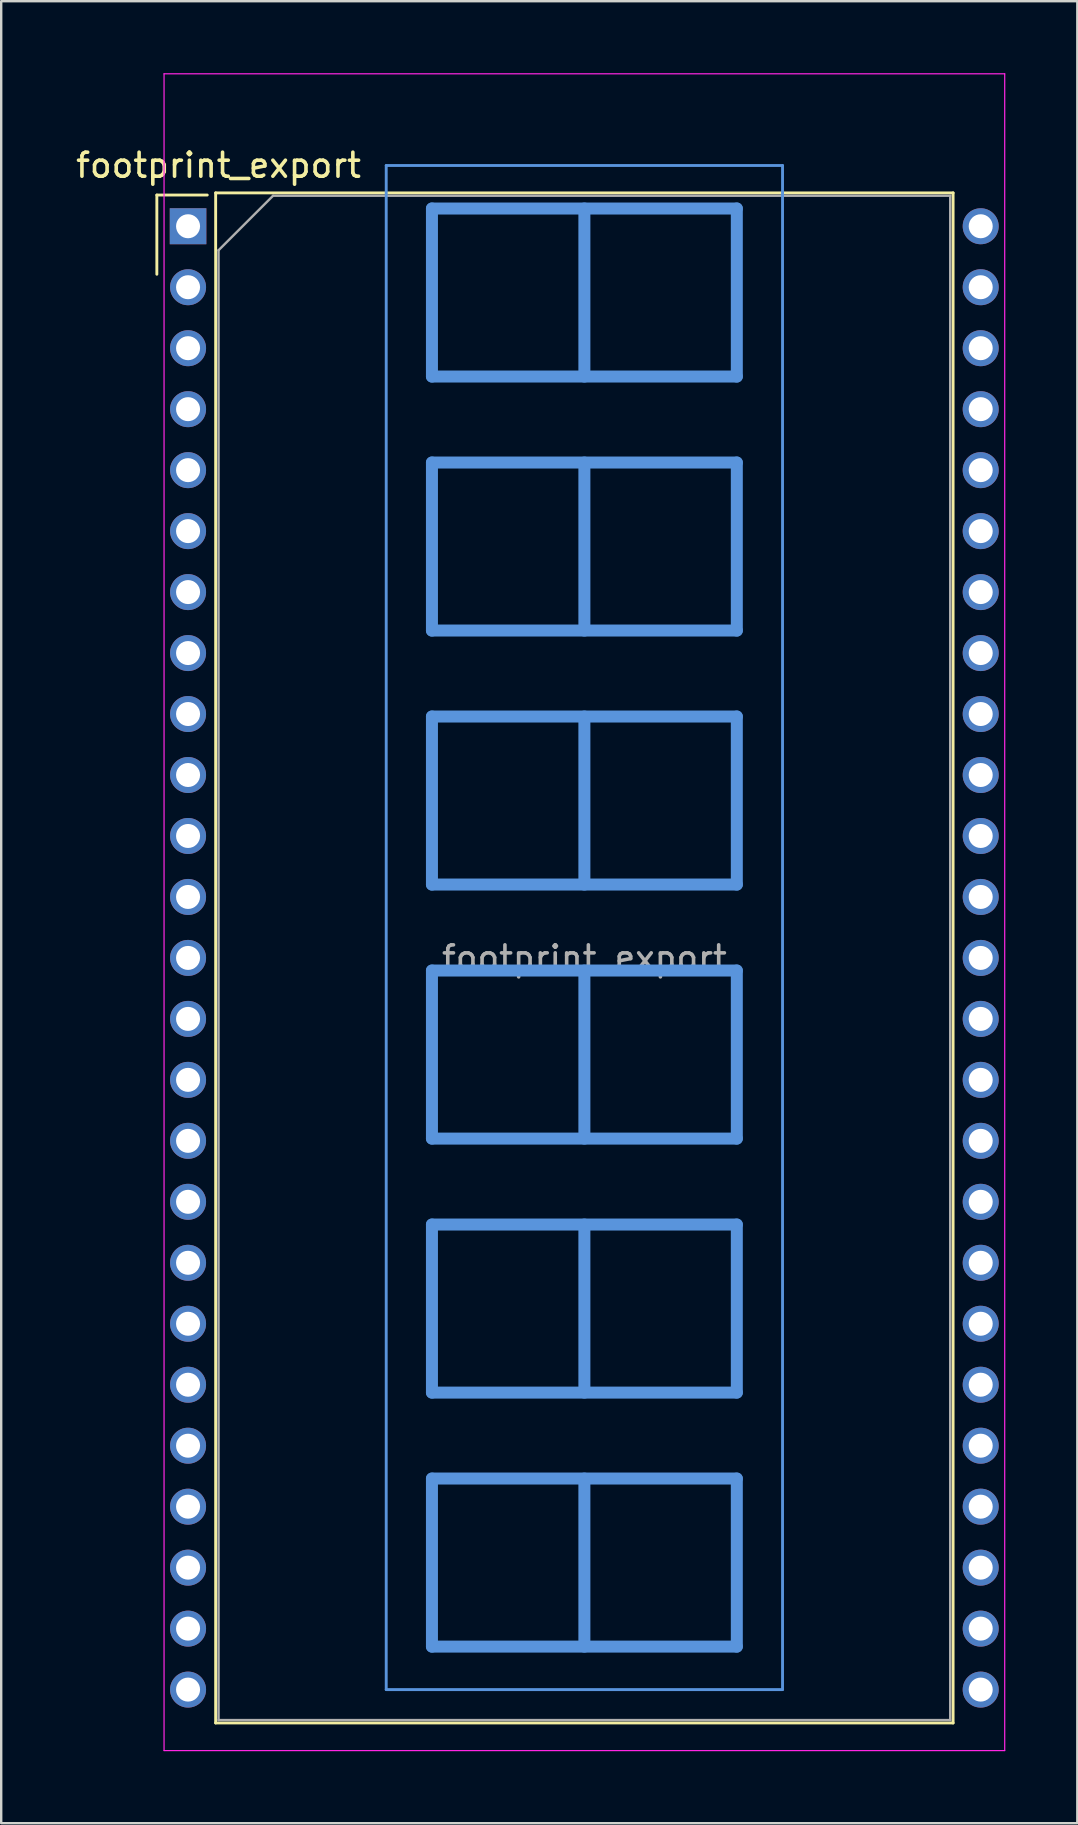
<source format=kicad_pcb>
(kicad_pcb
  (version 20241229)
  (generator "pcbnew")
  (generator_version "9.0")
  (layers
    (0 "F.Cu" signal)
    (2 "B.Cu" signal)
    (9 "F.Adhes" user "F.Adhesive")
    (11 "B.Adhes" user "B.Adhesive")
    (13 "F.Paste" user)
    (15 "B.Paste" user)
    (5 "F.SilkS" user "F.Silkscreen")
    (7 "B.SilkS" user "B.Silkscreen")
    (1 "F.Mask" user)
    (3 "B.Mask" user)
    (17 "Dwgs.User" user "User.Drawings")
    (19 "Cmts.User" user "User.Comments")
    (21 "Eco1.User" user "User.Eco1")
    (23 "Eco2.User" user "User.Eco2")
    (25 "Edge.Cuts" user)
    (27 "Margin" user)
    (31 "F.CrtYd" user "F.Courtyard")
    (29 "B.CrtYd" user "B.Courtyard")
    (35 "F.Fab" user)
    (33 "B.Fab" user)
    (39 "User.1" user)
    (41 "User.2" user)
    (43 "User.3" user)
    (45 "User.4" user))
  (footprint "footprint_export"
    (layer "F.Cu")
    (at 4.784 6.375)
    (property "Reference" "footprint_export" (at 1.27 -2.54 0) (layer "F.SilkS") (effects (font (size 1 1) (thickness 0.15))))
    (attr through_hole)
    (fp_line (start -1.3 -1.3) (end -1.3 2) (stroke (width 0.12) (type solid)) (layer "F.SilkS"))
    (fp_line (start -1.3 -1.3) (end 0.8 -1.3) (stroke (width 0.12) (type solid)) (layer "F.SilkS"))
    (fp_line (start 1.15 -1.39) (end 1.15 62.35) (stroke (width 0.12) (type solid)) (layer "F.SilkS"))
    (fp_line (start 1.15 62.35) (end 31.87 62.35) (stroke (width 0.12) (type solid)) (layer "F.SilkS"))
    (fp_line (start 31.87 -1.39) (end 1.15 -1.39) (stroke (width 0.12) (type solid)) (layer "F.SilkS"))
    (fp_line (start 31.87 62.35) (end 31.87 -1.39) (stroke (width 0.12) (type solid)) (layer "F.SilkS"))
    (fp_line (start 8.255 -2.53) (end 8.255 60.96) (stroke (width 0.12) (type solid)) (layer "Cmts.User"))
    (fp_line (start 8.255 -2.53) (end 24.765 -2.53) (stroke (width 0.12) (type solid)) (layer "Cmts.User"))
    (fp_line (start 8.255 60.96) (end 24.765 60.96) (stroke (width 0.12) (type solid)) (layer "Cmts.User"))
    (fp_line (start 10.16 -0.739) (end 22.86 -0.739) (stroke (width 0.5) (type solid)) (layer "Cmts.User"))
    (fp_line (start 10.16 6.261) (end 10.16 -0.739) (stroke (width 0.5) (type solid)) (layer "Cmts.User"))
    (fp_line (start 10.16 9.843) (end 22.86 9.843) (stroke (width 0.5) (type solid)) (layer "Cmts.User"))
    (fp_line (start 10.16 16.843) (end 10.16 9.843) (stroke (width 0.5) (type solid)) (layer "Cmts.User"))
    (fp_line (start 10.16 20.424) (end 22.86 20.424) (stroke (width 0.5) (type solid)) (layer "Cmts.User"))
    (fp_line (start 10.16 27.424) (end 10.16 20.424) (stroke (width 0.5) (type solid)) (layer "Cmts.User"))
    (fp_line (start 10.16 31.006) (end 22.86 31.006) (stroke (width 0.5) (type solid)) (layer "Cmts.User"))
    (fp_line (start 10.16 38.006) (end 10.16 31.006) (stroke (width 0.5) (type solid)) (layer "Cmts.User"))
    (fp_line (start 10.16 41.587) (end 22.86 41.587) (stroke (width 0.5) (type solid)) (layer "Cmts.User"))
    (fp_line (start 10.16 48.587) (end 10.16 41.587) (stroke (width 0.5) (type solid)) (layer "Cmts.User"))
    (fp_line (start 10.16 52.169) (end 22.86 52.169) (stroke (width 0.5) (type solid)) (layer "Cmts.User"))
    (fp_line (start 10.16 59.169) (end 10.16 52.169) (stroke (width 0.5) (type solid)) (layer "Cmts.User"))
    (fp_line (start 16.51 -0.739) (end 16.51 6.261) (stroke (width 0.5) (type solid)) (layer "Cmts.User"))
    (fp_line (start 16.51 9.843) (end 16.51 16.843) (stroke (width 0.5) (type solid)) (layer "Cmts.User"))
    (fp_line (start 16.51 20.424) (end 16.51 27.424) (stroke (width 0.5) (type solid)) (layer "Cmts.User"))
    (fp_line (start 16.51 31.006) (end 16.51 38.006) (stroke (width 0.5) (type solid)) (layer "Cmts.User"))
    (fp_line (start 16.51 41.587) (end 16.51 48.587) (stroke (width 0.5) (type solid)) (layer "Cmts.User"))
    (fp_line (start 16.51 52.169) (end 16.51 59.169) (stroke (width 0.5) (type solid)) (layer "Cmts.User"))
    (fp_line (start 22.86 -0.739) (end 22.86 6.261) (stroke (width 0.5) (type solid)) (layer "Cmts.User"))
    (fp_line (start 22.86 6.261) (end 10.16 6.261) (stroke (width 0.5) (type solid)) (layer "Cmts.User"))
    (fp_line (start 22.86 9.843) (end 22.86 16.843) (stroke (width 0.5) (type solid)) (layer "Cmts.User"))
    (fp_line (start 22.86 16.843) (end 10.16 16.843) (stroke (width 0.5) (type solid)) (layer "Cmts.User"))
    (fp_line (start 22.86 20.424) (end 22.86 27.424) (stroke (width 0.5) (type solid)) (layer "Cmts.User"))
    (fp_line (start 22.86 27.424) (end 10.16 27.424) (stroke (width 0.5) (type solid)) (layer "Cmts.User"))
    (fp_line (start 22.86 31.006) (end 22.86 38.006) (stroke (width 0.5) (type solid)) (layer "Cmts.User"))
    (fp_line (start 22.86 38.006) (end 10.16 38.006) (stroke (width 0.5) (type solid)) (layer "Cmts.User"))
    (fp_line (start 22.86 41.587) (end 22.86 48.587) (stroke (width 0.5) (type solid)) (layer "Cmts.User"))
    (fp_line (start 22.86 48.587) (end 10.16 48.587) (stroke (width 0.5) (type solid)) (layer "Cmts.User"))
    (fp_line (start 22.86 52.169) (end 22.86 59.169) (stroke (width 0.5) (type solid)) (layer "Cmts.User"))
    (fp_line (start 22.86 59.169) (end 10.16 59.169) (stroke (width 0.5) (type solid)) (layer "Cmts.User"))
    (fp_line (start 24.765 60.96) (end 24.765 -2.53) (stroke (width 0.12) (type solid)) (layer "Cmts.User"))
    (fp_line (start -1 -6.35) (end 34.02 -6.35) (stroke (width 0.05) (type solid)) (layer "F.CrtYd"))
    (fp_line (start -1 63.5) (end -1 -6.35) (stroke (width 0.05) (type solid)) (layer "F.CrtYd"))
    (fp_line (start 34.02 -6.35) (end 34.02 63.5) (stroke (width 0.05) (type solid)) (layer "F.CrtYd"))
    (fp_line (start 34.02 63.5) (end -1 63.5) (stroke (width 0.05) (type solid)) (layer "F.CrtYd"))
    (fp_line (start 1.27 1) (end 3.54 -1.27) (stroke (width 0.1) (type solid)) (layer "F.Fab"))
    (fp_line (start 1.27 62.23) (end 1.27 1) (stroke (width 0.1) (type solid)) (layer "F.Fab"))
    (fp_line (start 3.54 -1.27) (end 31.75 -1.27) (stroke (width 0.1) (type solid)) (layer "F.Fab"))
    (fp_line (start 31.75 -1.27) (end 31.75 62.23) (stroke (width 0.1) (type solid)) (layer "F.Fab"))
    (fp_line (start 31.75 62.23) (end 1.27 62.23) (stroke (width 0.1) (type solid)) (layer "F.Fab"))
    (fp_text user "${REFERENCE}" (at 16.51 30.48 0) (layer "F.Fab") (effects (font (size 1 1) (thickness 0.15))))
    (pad "1" thru_hole rect (at 0 0 270) (size 1.5 1.524) (drill 1) (layers "*.Cu" "*.Mask"))
    (pad "2" thru_hole circle (at 0 2.54 270) (size 1.5 1.5) (drill 1) (layers "*.Cu" "*.Mask"))
    (pad "3" thru_hole circle (at 0 5.08 270) (size 1.5 1.5) (drill 1) (layers "*.Cu" "*.Mask"))
    (pad "4" thru_hole circle (at 0 7.62 270) (size 1.5 1.5) (drill 1) (layers "*.Cu" "*.Mask"))
    (pad "5" thru_hole circle (at 0 10.16 270) (size 1.5 1.5) (drill 1) (layers "*.Cu" "*.Mask"))
    (pad "6" thru_hole circle (at 0 12.7 270) (size 1.5 1.5) (drill 1) (layers "*.Cu" "*.Mask"))
    (pad "7" thru_hole circle (at 0 15.24 270) (size 1.5 1.5) (drill 1) (layers "*.Cu" "*.Mask"))
    (pad "8" thru_hole circle (at 0 17.78 270) (size 1.5 1.5) (drill 1) (layers "*.Cu" "*.Mask"))
    (pad "9" thru_hole circle (at 0 20.32 270) (size 1.5 1.5) (drill 1) (layers "*.Cu" "*.Mask"))
    (pad "10" thru_hole circle (at 0 22.86 270) (size 1.5 1.5) (drill 1) (layers "*.Cu" "*.Mask"))
    (pad "11" thru_hole circle (at 0 25.4 270) (size 1.5 1.5) (drill 1) (layers "*.Cu" "*.Mask"))
    (pad "12" thru_hole circle (at 0 27.94 270) (size 1.5 1.5) (drill 1) (layers "*.Cu" "*.Mask"))
    (pad "13" thru_hole circle (at 0 30.48 270) (size 1.5 1.5) (drill 1) (layers "*.Cu" "*.Mask"))
    (pad "14" thru_hole circle (at 0 33.02 270) (size 1.5 1.5) (drill 1) (layers "*.Cu" "*.Mask"))
    (pad "15" thru_hole circle (at 0 35.56 270) (size 1.5 1.5) (drill 1) (layers "*.Cu" "*.Mask"))
    (pad "16" thru_hole circle (at 0 38.1 270) (size 1.5 1.5) (drill 1) (layers "*.Cu" "*.Mask"))
    (pad "17" thru_hole circle (at 0 40.64 270) (size 1.5 1.5) (drill 1) (layers "*.Cu" "*.Mask"))
    (pad "18" thru_hole circle (at 0 43.18 270) (size 1.5 1.5) (drill 1) (layers "*.Cu" "*.Mask"))
    (pad "19" thru_hole circle (at 0 45.72 270) (size 1.5 1.5) (drill 1) (layers "*.Cu" "*.Mask"))
    (pad "20" thru_hole circle (at 0 48.26 270) (size 1.5 1.5) (drill 1) (layers "*.Cu" "*.Mask"))
    (pad "21" thru_hole circle (at 0 50.8 270) (size 1.5 1.5) (drill 1) (layers "*.Cu" "*.Mask"))
    (pad "22" thru_hole circle (at 0 53.34 270) (size 1.5 1.5) (drill 1) (layers "*.Cu" "*.Mask"))
    (pad "23" thru_hole circle (at 0 55.88 270) (size 1.5 1.5) (drill 1) (layers "*.Cu" "*.Mask"))
    (pad "24" thru_hole circle (at 0 58.42 270) (size 1.5 1.5) (drill 1) (layers "*.Cu" "*.Mask"))
    (pad "25" thru_hole circle (at 0 60.96 270) (size 1.5 1.5) (drill 1) (layers "*.Cu" "*.Mask"))
    (pad "26" thru_hole circle (at 33.02 60.96 270) (size 1.5 1.5) (drill 1) (layers "*.Cu" "*.Mask"))
    (pad "27" thru_hole circle (at 33.02 58.42 270) (size 1.5 1.5) (drill 1) (layers "*.Cu" "*.Mask"))
    (pad "28" thru_hole circle (at 33.02 55.88 270) (size 1.5 1.5) (drill 1) (layers "*.Cu" "*.Mask"))
    (pad "29" thru_hole circle (at 33.02 53.34 270) (size 1.5 1.5) (drill 1) (layers "*.Cu" "*.Mask"))
    (pad "30" thru_hole circle (at 33.02 50.8 270) (size 1.5 1.5) (drill 1) (layers "*.Cu" "*.Mask"))
    (pad "31" thru_hole circle (at 33.02 48.26 270) (size 1.5 1.5) (drill 1) (layers "*.Cu" "*.Mask"))
    (pad "32" thru_hole circle (at 33.02 45.72 270) (size 1.5 1.5) (drill 1) (layers "*.Cu" "*.Mask"))
    (pad "33" thru_hole circle (at 33.02 43.18 270) (size 1.5 1.5) (drill 1) (layers "*.Cu" "*.Mask"))
    (pad "34" thru_hole circle (at 33.02 40.64 270) (size 1.5 1.5) (drill 1) (layers "*.Cu" "*.Mask"))
    (pad "35" thru_hole circle (at 33.02 38.1 270) (size 1.5 1.5) (drill 1) (layers "*.Cu" "*.Mask"))
    (pad "36" thru_hole circle (at 33.02 35.56 270) (size 1.5 1.5) (drill 1) (layers "*.Cu" "*.Mask"))
    (pad "37" thru_hole circle (at 33.02 33.02 270) (size 1.5 1.5) (drill 1) (layers "*.Cu" "*.Mask"))
    (pad "38" thru_hole circle (at 33.02 30.48 270) (size 1.5 1.5) (drill 1) (layers "*.Cu" "*.Mask"))
    (pad "39" thru_hole circle (at 33.02 27.94 270) (size 1.5 1.5) (drill 1) (layers "*.Cu" "*.Mask"))
    (pad "40" thru_hole circle (at 33.02 25.4 270) (size 1.5 1.5) (drill 1) (layers "*.Cu" "*.Mask"))
    (pad "41" thru_hole circle (at 33.02 22.86 270) (size 1.5 1.5) (drill 1) (layers "*.Cu" "*.Mask"))
    (pad "42" thru_hole circle (at 33.02 20.32 270) (size 1.5 1.5) (drill 1) (layers "*.Cu" "*.Mask"))
    (pad "43" thru_hole circle (at 33.02 17.78 270) (size 1.5 1.5) (drill 1) (layers "*.Cu" "*.Mask"))
    (pad "44" thru_hole circle (at 33.02 15.24 270) (size 1.5 1.5) (drill 1) (layers "*.Cu" "*.Mask"))
    (pad "45" thru_hole circle (at 33.02 12.7 270) (size 1.5 1.5) (drill 1) (layers "*.Cu" "*.Mask"))
    (pad "46" thru_hole circle (at 33.02 10.16 270) (size 1.5 1.5) (drill 1) (layers "*.Cu" "*.Mask"))
    (pad "47" thru_hole circle (at 33.02 7.62 270) (size 1.5 1.5) (drill 1) (layers "*.Cu" "*.Mask"))
    (pad "48" thru_hole circle (at 33.02 5.08 270) (size 1.5 1.5) (drill 1) (layers "*.Cu" "*.Mask"))
    (pad "49" thru_hole circle (at 33.02 2.54 270) (size 1.5 1.5) (drill 1) (layers "*.Cu" "*.Mask"))
    (pad "50" thru_hole circle (at 33.02 0 270) (size 1.5 1.5) (drill 1) (layers "*.Cu" "*.Mask")))
  (gr_rect
    (start -3 -3)
    (end 41.829 72.9)
    (stroke (width 0.1) (type default))
    (fill no)
    (layer "Edge.Cuts")))
</source>
